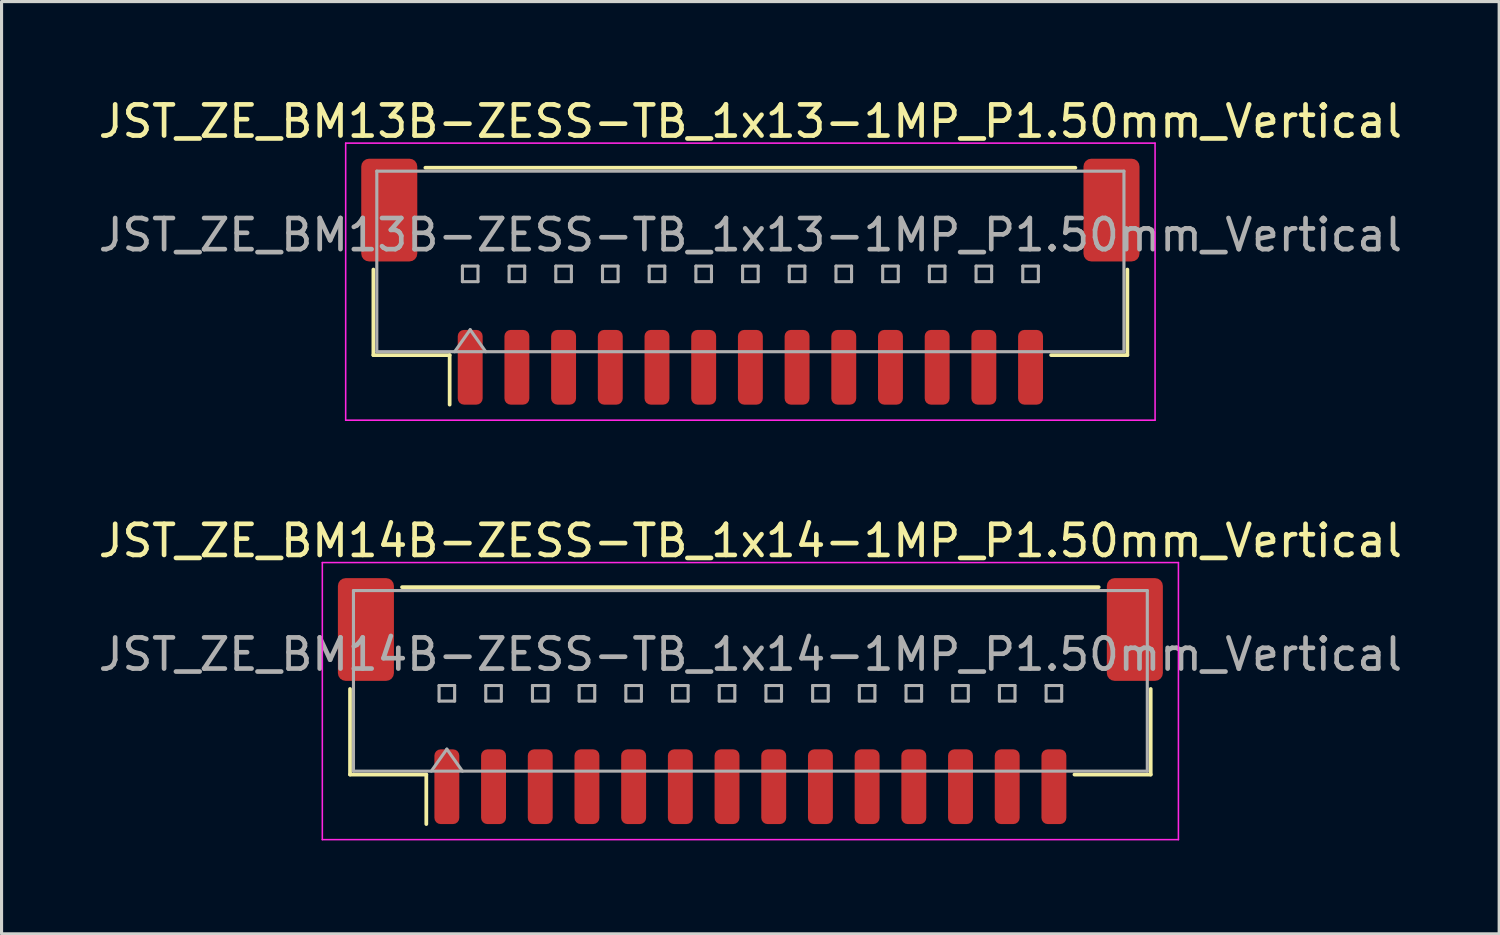
<source format=kicad_pcb>
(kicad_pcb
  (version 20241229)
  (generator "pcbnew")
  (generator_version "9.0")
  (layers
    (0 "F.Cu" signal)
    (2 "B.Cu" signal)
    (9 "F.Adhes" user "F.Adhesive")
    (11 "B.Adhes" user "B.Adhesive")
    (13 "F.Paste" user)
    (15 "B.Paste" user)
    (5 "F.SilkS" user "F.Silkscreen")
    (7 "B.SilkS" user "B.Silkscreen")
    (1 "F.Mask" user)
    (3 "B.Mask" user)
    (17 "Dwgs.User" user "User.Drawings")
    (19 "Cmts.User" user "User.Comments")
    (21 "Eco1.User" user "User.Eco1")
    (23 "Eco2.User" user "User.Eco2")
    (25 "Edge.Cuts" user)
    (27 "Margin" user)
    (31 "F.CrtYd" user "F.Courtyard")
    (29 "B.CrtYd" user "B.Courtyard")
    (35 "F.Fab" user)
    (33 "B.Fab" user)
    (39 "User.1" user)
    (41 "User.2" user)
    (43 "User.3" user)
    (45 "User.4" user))
  (footprint "JST_ZE_BM13B-ZESS-TB_1x13-1MP_P1.50mm_Vertical"
    (layer "F.Cu")
    (at 21.054 5.998)
    (property "Reference" "JST_ZE_BM13B-ZESS-TB_1x13-1MP_P1.50mm_Vertical" (at 0 -5.15 0) (layer "F.SilkS") (effects (font (size 1 1) (thickness 0.15))))
    (attr smd)
    (fp_line (start -12.11 -0.39) (end -12.11 2.36) (stroke (width 0.12) (type solid)) (layer "F.SilkS"))
    (fp_line (start -12.11 2.36) (end -9.66 2.36) (stroke (width 0.12) (type solid)) (layer "F.SilkS"))
    (fp_line (start -10.44 -3.66) (end 10.44 -3.66) (stroke (width 0.12) (type solid)) (layer "F.SilkS"))
    (fp_line (start -9.66 2.36) (end -9.66 3.95) (stroke (width 0.12) (type solid)) (layer "F.SilkS"))
    (fp_line (start 12.11 -0.39) (end 12.11 2.36) (stroke (width 0.12) (type solid)) (layer "F.SilkS"))
    (fp_line (start 12.11 2.36) (end 9.66 2.36) (stroke (width 0.12) (type solid)) (layer "F.SilkS"))
    (fp_line (start -13 -4.45) (end -13 4.45) (stroke (width 0.05) (type solid)) (layer "F.CrtYd"))
    (fp_line (start -13 4.45) (end 13 4.45) (stroke (width 0.05) (type solid)) (layer "F.CrtYd"))
    (fp_line (start 13 -4.45) (end -13 -4.45) (stroke (width 0.05) (type solid)) (layer "F.CrtYd"))
    (fp_line (start 13 4.45) (end 13 -4.45) (stroke (width 0.05) (type solid)) (layer "F.CrtYd"))
    (fp_line (start -12 -3.55) (end 12 -3.55) (stroke (width 0.1) (type solid)) (layer "F.Fab"))
    (fp_line (start -12 2.25) (end -12 -3.55) (stroke (width 0.1) (type solid)) (layer "F.Fab"))
    (fp_line (start -12 2.25) (end 12 2.25) (stroke (width 0.1) (type solid)) (layer "F.Fab"))
    (fp_line (start -9.5 2.25) (end -9 1.543) (stroke (width 0.1) (type solid)) (layer "F.Fab"))
    (fp_line (start -9.25 -0.5) (end -9.25 0) (stroke (width 0.1) (type solid)) (layer "F.Fab"))
    (fp_line (start -9.25 0) (end -8.75 0) (stroke (width 0.1) (type solid)) (layer "F.Fab"))
    (fp_line (start -9 1.543) (end -8.5 2.25) (stroke (width 0.1) (type solid)) (layer "F.Fab"))
    (fp_line (start -8.75 -0.5) (end -9.25 -0.5) (stroke (width 0.1) (type solid)) (layer "F.Fab"))
    (fp_line (start -8.75 0) (end -8.75 -0.5) (stroke (width 0.1) (type solid)) (layer "F.Fab"))
    (fp_line (start -7.75 -0.5) (end -7.75 0) (stroke (width 0.1) (type solid)) (layer "F.Fab"))
    (fp_line (start -7.75 0) (end -7.25 0) (stroke (width 0.1) (type solid)) (layer "F.Fab"))
    (fp_line (start -7.25 -0.5) (end -7.75 -0.5) (stroke (width 0.1) (type solid)) (layer "F.Fab"))
    (fp_line (start -7.25 0) (end -7.25 -0.5) (stroke (width 0.1) (type solid)) (layer "F.Fab"))
    (fp_line (start -6.25 -0.5) (end -6.25 0) (stroke (width 0.1) (type solid)) (layer "F.Fab"))
    (fp_line (start -6.25 0) (end -5.75 0) (stroke (width 0.1) (type solid)) (layer "F.Fab"))
    (fp_line (start -5.75 -0.5) (end -6.25 -0.5) (stroke (width 0.1) (type solid)) (layer "F.Fab"))
    (fp_line (start -5.75 0) (end -5.75 -0.5) (stroke (width 0.1) (type solid)) (layer "F.Fab"))
    (fp_line (start -4.75 -0.5) (end -4.75 0) (stroke (width 0.1) (type solid)) (layer "F.Fab"))
    (fp_line (start -4.75 0) (end -4.25 0) (stroke (width 0.1) (type solid)) (layer "F.Fab"))
    (fp_line (start -4.25 -0.5) (end -4.75 -0.5) (stroke (width 0.1) (type solid)) (layer "F.Fab"))
    (fp_line (start -4.25 0) (end -4.25 -0.5) (stroke (width 0.1) (type solid)) (layer "F.Fab"))
    (fp_line (start -3.25 -0.5) (end -3.25 0) (stroke (width 0.1) (type solid)) (layer "F.Fab"))
    (fp_line (start -3.25 0) (end -2.75 0) (stroke (width 0.1) (type solid)) (layer "F.Fab"))
    (fp_line (start -2.75 -0.5) (end -3.25 -0.5) (stroke (width 0.1) (type solid)) (layer "F.Fab"))
    (fp_line (start -2.75 0) (end -2.75 -0.5) (stroke (width 0.1) (type solid)) (layer "F.Fab"))
    (fp_line (start -1.75 -0.5) (end -1.75 0) (stroke (width 0.1) (type solid)) (layer "F.Fab"))
    (fp_line (start -1.75 0) (end -1.25 0) (stroke (width 0.1) (type solid)) (layer "F.Fab"))
    (fp_line (start -1.25 -0.5) (end -1.75 -0.5) (stroke (width 0.1) (type solid)) (layer "F.Fab"))
    (fp_line (start -1.25 0) (end -1.25 -0.5) (stroke (width 0.1) (type solid)) (layer "F.Fab"))
    (fp_line (start -0.25 -0.5) (end -0.25 0) (stroke (width 0.1) (type solid)) (layer "F.Fab"))
    (fp_line (start -0.25 0) (end 0.25 0) (stroke (width 0.1) (type solid)) (layer "F.Fab"))
    (fp_line (start 0.25 -0.5) (end -0.25 -0.5) (stroke (width 0.1) (type solid)) (layer "F.Fab"))
    (fp_line (start 0.25 0) (end 0.25 -0.5) (stroke (width 0.1) (type solid)) (layer "F.Fab"))
    (fp_line (start 1.25 -0.5) (end 1.25 0) (stroke (width 0.1) (type solid)) (layer "F.Fab"))
    (fp_line (start 1.25 0) (end 1.75 0) (stroke (width 0.1) (type solid)) (layer "F.Fab"))
    (fp_line (start 1.75 -0.5) (end 1.25 -0.5) (stroke (width 0.1) (type solid)) (layer "F.Fab"))
    (fp_line (start 1.75 0) (end 1.75 -0.5) (stroke (width 0.1) (type solid)) (layer "F.Fab"))
    (fp_line (start 2.75 -0.5) (end 2.75 0) (stroke (width 0.1) (type solid)) (layer "F.Fab"))
    (fp_line (start 2.75 0) (end 3.25 0) (stroke (width 0.1) (type solid)) (layer "F.Fab"))
    (fp_line (start 3.25 -0.5) (end 2.75 -0.5) (stroke (width 0.1) (type solid)) (layer "F.Fab"))
    (fp_line (start 3.25 0) (end 3.25 -0.5) (stroke (width 0.1) (type solid)) (layer "F.Fab"))
    (fp_line (start 4.25 -0.5) (end 4.25 0) (stroke (width 0.1) (type solid)) (layer "F.Fab"))
    (fp_line (start 4.25 0) (end 4.75 0) (stroke (width 0.1) (type solid)) (layer "F.Fab"))
    (fp_line (start 4.75 -0.5) (end 4.25 -0.5) (stroke (width 0.1) (type solid)) (layer "F.Fab"))
    (fp_line (start 4.75 0) (end 4.75 -0.5) (stroke (width 0.1) (type solid)) (layer "F.Fab"))
    (fp_line (start 5.75 -0.5) (end 5.75 0) (stroke (width 0.1) (type solid)) (layer "F.Fab"))
    (fp_line (start 5.75 0) (end 6.25 0) (stroke (width 0.1) (type solid)) (layer "F.Fab"))
    (fp_line (start 6.25 -0.5) (end 5.75 -0.5) (stroke (width 0.1) (type solid)) (layer "F.Fab"))
    (fp_line (start 6.25 0) (end 6.25 -0.5) (stroke (width 0.1) (type solid)) (layer "F.Fab"))
    (fp_line (start 7.25 -0.5) (end 7.25 0) (stroke (width 0.1) (type solid)) (layer "F.Fab"))
    (fp_line (start 7.25 0) (end 7.75 0) (stroke (width 0.1) (type solid)) (layer "F.Fab"))
    (fp_line (start 7.75 -0.5) (end 7.25 -0.5) (stroke (width 0.1) (type solid)) (layer "F.Fab"))
    (fp_line (start 7.75 0) (end 7.75 -0.5) (stroke (width 0.1) (type solid)) (layer "F.Fab"))
    (fp_line (start 8.75 -0.5) (end 8.75 0) (stroke (width 0.1) (type solid)) (layer "F.Fab"))
    (fp_line (start 8.75 0) (end 9.25 0) (stroke (width 0.1) (type solid)) (layer "F.Fab"))
    (fp_line (start 9.25 -0.5) (end 8.75 -0.5) (stroke (width 0.1) (type solid)) (layer "F.Fab"))
    (fp_line (start 9.25 0) (end 9.25 -0.5) (stroke (width 0.1) (type solid)) (layer "F.Fab"))
    (fp_line (start 12 2.25) (end 12 -3.55) (stroke (width 0.1) (type solid)) (layer "F.Fab"))
    (fp_text user "${REFERENCE}" (at 0 -1.5 0) (layer "F.Fab") (effects (font (size 1 1) (thickness 0.15))))
    (pad "1" smd roundrect (at -9 2.75) (size 0.8 2.4) (layers "F.Cu" "F.Mask" "F.Paste") (roundrect_rratio 0.25))
    (pad "2" smd roundrect (at -7.5 2.75) (size 0.8 2.4) (layers "F.Cu" "F.Mask" "F.Paste") (roundrect_rratio 0.25))
    (pad "3" smd roundrect (at -6 2.75) (size 0.8 2.4) (layers "F.Cu" "F.Mask" "F.Paste") (roundrect_rratio 0.25))
    (pad "4" smd roundrect (at -4.5 2.75) (size 0.8 2.4) (layers "F.Cu" "F.Mask" "F.Paste") (roundrect_rratio 0.25))
    (pad "5" smd roundrect (at -3 2.75) (size 0.8 2.4) (layers "F.Cu" "F.Mask" "F.Paste") (roundrect_rratio 0.25))
    (pad "6" smd roundrect (at -1.5 2.75) (size 0.8 2.4) (layers "F.Cu" "F.Mask" "F.Paste") (roundrect_rratio 0.25))
    (pad "7" smd roundrect (at 0 2.75) (size 0.8 2.4) (layers "F.Cu" "F.Mask" "F.Paste") (roundrect_rratio 0.25))
    (pad "8" smd roundrect (at 1.5 2.75) (size 0.8 2.4) (layers "F.Cu" "F.Mask" "F.Paste") (roundrect_rratio 0.25))
    (pad "9" smd roundrect (at 3 2.75) (size 0.8 2.4) (layers "F.Cu" "F.Mask" "F.Paste") (roundrect_rratio 0.25))
    (pad "10" smd roundrect (at 4.5 2.75) (size 0.8 2.4) (layers "F.Cu" "F.Mask" "F.Paste") (roundrect_rratio 0.25))
    (pad "11" smd roundrect (at 6 2.75) (size 0.8 2.4) (layers "F.Cu" "F.Mask" "F.Paste") (roundrect_rratio 0.25))
    (pad "12" smd roundrect (at 7.5 2.75) (size 0.8 2.4) (layers "F.Cu" "F.Mask" "F.Paste") (roundrect_rratio 0.25))
    (pad "13" smd roundrect (at 9 2.75) (size 0.8 2.4) (layers "F.Cu" "F.Mask" "F.Paste") (roundrect_rratio 0.25))
    (pad "MP" smd roundrect (at -11.6 -2.3) (size 1.8 3.3) (layers "F.Cu" "F.Mask" "F.Paste") (roundrect_rratio 0.139))
    (pad "MP" smd roundrect (at 11.6 -2.3) (size 1.8 3.3) (layers "F.Cu" "F.Mask" "F.Paste") (roundrect_rratio 0.139)))
  (footprint "JST_ZE_BM14B-ZESS-TB_1x14-1MP_P1.50mm_Vertical"
    (layer "F.Cu")
    (at 21.054 19.471)
    (property "Reference" "JST_ZE_BM14B-ZESS-TB_1x14-1MP_P1.50mm_Vertical" (at 0 -5.15 0) (layer "F.SilkS") (effects (font (size 1 1) (thickness 0.15))))
    (attr smd)
    (fp_line (start -12.86 -0.39) (end -12.86 2.36) (stroke (width 0.12) (type solid)) (layer "F.SilkS"))
    (fp_line (start -12.86 2.36) (end -10.41 2.36) (stroke (width 0.12) (type solid)) (layer "F.SilkS"))
    (fp_line (start -11.19 -3.66) (end 11.19 -3.66) (stroke (width 0.12) (type solid)) (layer "F.SilkS"))
    (fp_line (start -10.41 2.36) (end -10.41 3.95) (stroke (width 0.12) (type solid)) (layer "F.SilkS"))
    (fp_line (start 12.86 -0.39) (end 12.86 2.36) (stroke (width 0.12) (type solid)) (layer "F.SilkS"))
    (fp_line (start 12.86 2.36) (end 10.41 2.36) (stroke (width 0.12) (type solid)) (layer "F.SilkS"))
    (fp_line (start -13.75 -4.45) (end -13.75 4.45) (stroke (width 0.05) (type solid)) (layer "F.CrtYd"))
    (fp_line (start -13.75 4.45) (end 13.75 4.45) (stroke (width 0.05) (type solid)) (layer "F.CrtYd"))
    (fp_line (start 13.75 -4.45) (end -13.75 -4.45) (stroke (width 0.05) (type solid)) (layer "F.CrtYd"))
    (fp_line (start 13.75 4.45) (end 13.75 -4.45) (stroke (width 0.05) (type solid)) (layer "F.CrtYd"))
    (fp_line (start -12.75 -3.55) (end 12.75 -3.55) (stroke (width 0.1) (type solid)) (layer "F.Fab"))
    (fp_line (start -12.75 2.25) (end -12.75 -3.55) (stroke (width 0.1) (type solid)) (layer "F.Fab"))
    (fp_line (start -12.75 2.25) (end 12.75 2.25) (stroke (width 0.1) (type solid)) (layer "F.Fab"))
    (fp_line (start -10.25 2.25) (end -9.75 1.543) (stroke (width 0.1) (type solid)) (layer "F.Fab"))
    (fp_line (start -10 -0.5) (end -10 0) (stroke (width 0.1) (type solid)) (layer "F.Fab"))
    (fp_line (start -10 0) (end -9.5 0) (stroke (width 0.1) (type solid)) (layer "F.Fab"))
    (fp_line (start -9.75 1.543) (end -9.25 2.25) (stroke (width 0.1) (type solid)) (layer "F.Fab"))
    (fp_line (start -9.5 -0.5) (end -10 -0.5) (stroke (width 0.1) (type solid)) (layer "F.Fab"))
    (fp_line (start -9.5 0) (end -9.5 -0.5) (stroke (width 0.1) (type solid)) (layer "F.Fab"))
    (fp_line (start -8.5 -0.5) (end -8.5 0) (stroke (width 0.1) (type solid)) (layer "F.Fab"))
    (fp_line (start -8.5 0) (end -8 0) (stroke (width 0.1) (type solid)) (layer "F.Fab"))
    (fp_line (start -8 -0.5) (end -8.5 -0.5) (stroke (width 0.1) (type solid)) (layer "F.Fab"))
    (fp_line (start -8 0) (end -8 -0.5) (stroke (width 0.1) (type solid)) (layer "F.Fab"))
    (fp_line (start -7 -0.5) (end -7 0) (stroke (width 0.1) (type solid)) (layer "F.Fab"))
    (fp_line (start -7 0) (end -6.5 0) (stroke (width 0.1) (type solid)) (layer "F.Fab"))
    (fp_line (start -6.5 -0.5) (end -7 -0.5) (stroke (width 0.1) (type solid)) (layer "F.Fab"))
    (fp_line (start -6.5 0) (end -6.5 -0.5) (stroke (width 0.1) (type solid)) (layer "F.Fab"))
    (fp_line (start -5.5 -0.5) (end -5.5 0) (stroke (width 0.1) (type solid)) (layer "F.Fab"))
    (fp_line (start -5.5 0) (end -5 0) (stroke (width 0.1) (type solid)) (layer "F.Fab"))
    (fp_line (start -5 -0.5) (end -5.5 -0.5) (stroke (width 0.1) (type solid)) (layer "F.Fab"))
    (fp_line (start -5 0) (end -5 -0.5) (stroke (width 0.1) (type solid)) (layer "F.Fab"))
    (fp_line (start -4 -0.5) (end -4 0) (stroke (width 0.1) (type solid)) (layer "F.Fab"))
    (fp_line (start -4 0) (end -3.5 0) (stroke (width 0.1) (type solid)) (layer "F.Fab"))
    (fp_line (start -3.5 -0.5) (end -4 -0.5) (stroke (width 0.1) (type solid)) (layer "F.Fab"))
    (fp_line (start -3.5 0) (end -3.5 -0.5) (stroke (width 0.1) (type solid)) (layer "F.Fab"))
    (fp_line (start -2.5 -0.5) (end -2.5 0) (stroke (width 0.1) (type solid)) (layer "F.Fab"))
    (fp_line (start -2.5 0) (end -2 0) (stroke (width 0.1) (type solid)) (layer "F.Fab"))
    (fp_line (start -2 -0.5) (end -2.5 -0.5) (stroke (width 0.1) (type solid)) (layer "F.Fab"))
    (fp_line (start -2 0) (end -2 -0.5) (stroke (width 0.1) (type solid)) (layer "F.Fab"))
    (fp_line (start -1 -0.5) (end -1 0) (stroke (width 0.1) (type solid)) (layer "F.Fab"))
    (fp_line (start -1 0) (end -0.5 0) (stroke (width 0.1) (type solid)) (layer "F.Fab"))
    (fp_line (start -0.5 -0.5) (end -1 -0.5) (stroke (width 0.1) (type solid)) (layer "F.Fab"))
    (fp_line (start -0.5 0) (end -0.5 -0.5) (stroke (width 0.1) (type solid)) (layer "F.Fab"))
    (fp_line (start 0.5 -0.5) (end 0.5 0) (stroke (width 0.1) (type solid)) (layer "F.Fab"))
    (fp_line (start 0.5 0) (end 1 0) (stroke (width 0.1) (type solid)) (layer "F.Fab"))
    (fp_line (start 1 -0.5) (end 0.5 -0.5) (stroke (width 0.1) (type solid)) (layer "F.Fab"))
    (fp_line (start 1 0) (end 1 -0.5) (stroke (width 0.1) (type solid)) (layer "F.Fab"))
    (fp_line (start 2 -0.5) (end 2 0) (stroke (width 0.1) (type solid)) (layer "F.Fab"))
    (fp_line (start 2 0) (end 2.5 0) (stroke (width 0.1) (type solid)) (layer "F.Fab"))
    (fp_line (start 2.5 -0.5) (end 2 -0.5) (stroke (width 0.1) (type solid)) (layer "F.Fab"))
    (fp_line (start 2.5 0) (end 2.5 -0.5) (stroke (width 0.1) (type solid)) (layer "F.Fab"))
    (fp_line (start 3.5 -0.5) (end 3.5 0) (stroke (width 0.1) (type solid)) (layer "F.Fab"))
    (fp_line (start 3.5 0) (end 4 0) (stroke (width 0.1) (type solid)) (layer "F.Fab"))
    (fp_line (start 4 -0.5) (end 3.5 -0.5) (stroke (width 0.1) (type solid)) (layer "F.Fab"))
    (fp_line (start 4 0) (end 4 -0.5) (stroke (width 0.1) (type solid)) (layer "F.Fab"))
    (fp_line (start 5 -0.5) (end 5 0) (stroke (width 0.1) (type solid)) (layer "F.Fab"))
    (fp_line (start 5 0) (end 5.5 0) (stroke (width 0.1) (type solid)) (layer "F.Fab"))
    (fp_line (start 5.5 -0.5) (end 5 -0.5) (stroke (width 0.1) (type solid)) (layer "F.Fab"))
    (fp_line (start 5.5 0) (end 5.5 -0.5) (stroke (width 0.1) (type solid)) (layer "F.Fab"))
    (fp_line (start 6.5 -0.5) (end 6.5 0) (stroke (width 0.1) (type solid)) (layer "F.Fab"))
    (fp_line (start 6.5 0) (end 7 0) (stroke (width 0.1) (type solid)) (layer "F.Fab"))
    (fp_line (start 7 -0.5) (end 6.5 -0.5) (stroke (width 0.1) (type solid)) (layer "F.Fab"))
    (fp_line (start 7 0) (end 7 -0.5) (stroke (width 0.1) (type solid)) (layer "F.Fab"))
    (fp_line (start 8 -0.5) (end 8 0) (stroke (width 0.1) (type solid)) (layer "F.Fab"))
    (fp_line (start 8 0) (end 8.5 0) (stroke (width 0.1) (type solid)) (layer "F.Fab"))
    (fp_line (start 8.5 -0.5) (end 8 -0.5) (stroke (width 0.1) (type solid)) (layer "F.Fab"))
    (fp_line (start 8.5 0) (end 8.5 -0.5) (stroke (width 0.1) (type solid)) (layer "F.Fab"))
    (fp_line (start 9.5 -0.5) (end 9.5 0) (stroke (width 0.1) (type solid)) (layer "F.Fab"))
    (fp_line (start 9.5 0) (end 10 0) (stroke (width 0.1) (type solid)) (layer "F.Fab"))
    (fp_line (start 10 -0.5) (end 9.5 -0.5) (stroke (width 0.1) (type solid)) (layer "F.Fab"))
    (fp_line (start 10 0) (end 10 -0.5) (stroke (width 0.1) (type solid)) (layer "F.Fab"))
    (fp_line (start 12.75 2.25) (end 12.75 -3.55) (stroke (width 0.1) (type solid)) (layer "F.Fab"))
    (fp_text user "${REFERENCE}" (at 0 -1.5 0) (layer "F.Fab") (effects (font (size 1 1) (thickness 0.15))))
    (pad "1" smd roundrect (at -9.75 2.75) (size 0.8 2.4) (layers "F.Cu" "F.Mask" "F.Paste") (roundrect_rratio 0.25))
    (pad "2" smd roundrect (at -8.25 2.75) (size 0.8 2.4) (layers "F.Cu" "F.Mask" "F.Paste") (roundrect_rratio 0.25))
    (pad "3" smd roundrect (at -6.75 2.75) (size 0.8 2.4) (layers "F.Cu" "F.Mask" "F.Paste") (roundrect_rratio 0.25))
    (pad "4" smd roundrect (at -5.25 2.75) (size 0.8 2.4) (layers "F.Cu" "F.Mask" "F.Paste") (roundrect_rratio 0.25))
    (pad "5" smd roundrect (at -3.75 2.75) (size 0.8 2.4) (layers "F.Cu" "F.Mask" "F.Paste") (roundrect_rratio 0.25))
    (pad "6" smd roundrect (at -2.25 2.75) (size 0.8 2.4) (layers "F.Cu" "F.Mask" "F.Paste") (roundrect_rratio 0.25))
    (pad "7" smd roundrect (at -0.75 2.75) (size 0.8 2.4) (layers "F.Cu" "F.Mask" "F.Paste") (roundrect_rratio 0.25))
    (pad "8" smd roundrect (at 0.75 2.75) (size 0.8 2.4) (layers "F.Cu" "F.Mask" "F.Paste") (roundrect_rratio 0.25))
    (pad "9" smd roundrect (at 2.25 2.75) (size 0.8 2.4) (layers "F.Cu" "F.Mask" "F.Paste") (roundrect_rratio 0.25))
    (pad "10" smd roundrect (at 3.75 2.75) (size 0.8 2.4) (layers "F.Cu" "F.Mask" "F.Paste") (roundrect_rratio 0.25))
    (pad "11" smd roundrect (at 5.25 2.75) (size 0.8 2.4) (layers "F.Cu" "F.Mask" "F.Paste") (roundrect_rratio 0.25))
    (pad "12" smd roundrect (at 6.75 2.75) (size 0.8 2.4) (layers "F.Cu" "F.Mask" "F.Paste") (roundrect_rratio 0.25))
    (pad "13" smd roundrect (at 8.25 2.75) (size 0.8 2.4) (layers "F.Cu" "F.Mask" "F.Paste") (roundrect_rratio 0.25))
    (pad "14" smd roundrect (at 9.75 2.75) (size 0.8 2.4) (layers "F.Cu" "F.Mask" "F.Paste") (roundrect_rratio 0.25))
    (pad "MP" smd roundrect (at -12.35 -2.3) (size 1.8 3.3) (layers "F.Cu" "F.Mask" "F.Paste") (roundrect_rratio 0.139))
    (pad "MP" smd roundrect (at 12.35 -2.3) (size 1.8 3.3) (layers "F.Cu" "F.Mask" "F.Paste") (roundrect_rratio 0.139)))
  (gr_rect
    (start -3 -3)
    (end 45.107 26.947)
    (stroke (width 0.1) (type default))
    (fill no)
    (layer "Edge.Cuts")))
</source>
